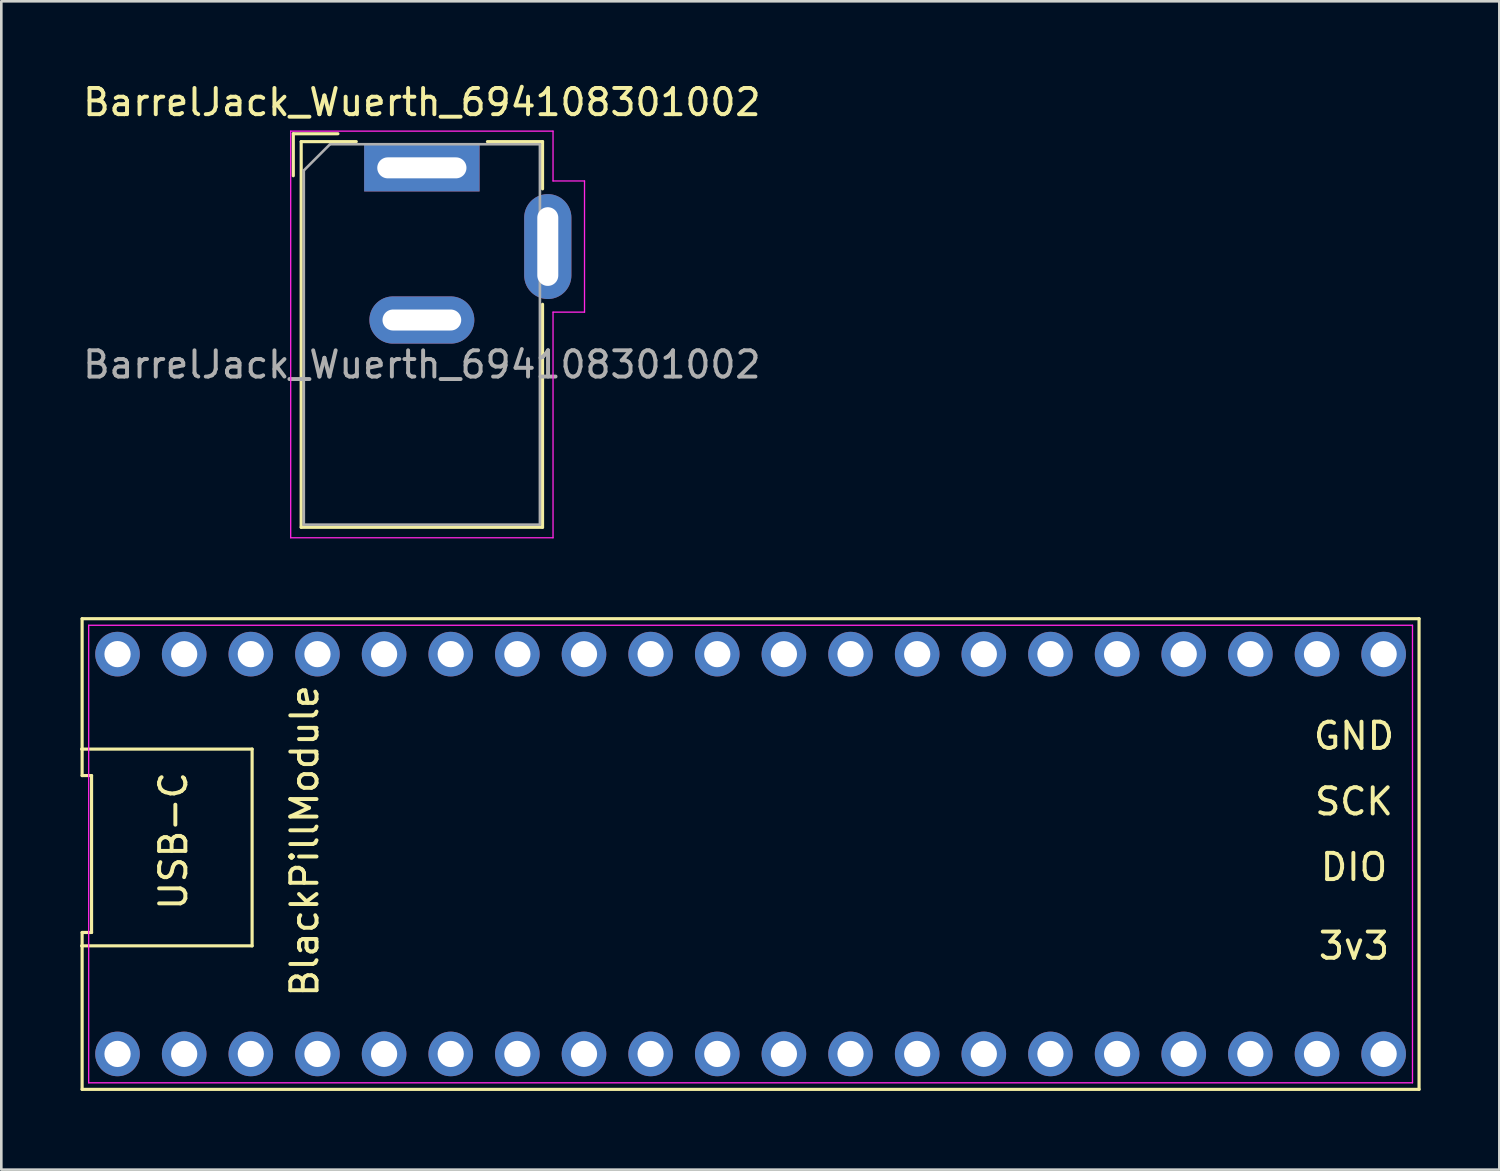
<source format=kicad_pcb>
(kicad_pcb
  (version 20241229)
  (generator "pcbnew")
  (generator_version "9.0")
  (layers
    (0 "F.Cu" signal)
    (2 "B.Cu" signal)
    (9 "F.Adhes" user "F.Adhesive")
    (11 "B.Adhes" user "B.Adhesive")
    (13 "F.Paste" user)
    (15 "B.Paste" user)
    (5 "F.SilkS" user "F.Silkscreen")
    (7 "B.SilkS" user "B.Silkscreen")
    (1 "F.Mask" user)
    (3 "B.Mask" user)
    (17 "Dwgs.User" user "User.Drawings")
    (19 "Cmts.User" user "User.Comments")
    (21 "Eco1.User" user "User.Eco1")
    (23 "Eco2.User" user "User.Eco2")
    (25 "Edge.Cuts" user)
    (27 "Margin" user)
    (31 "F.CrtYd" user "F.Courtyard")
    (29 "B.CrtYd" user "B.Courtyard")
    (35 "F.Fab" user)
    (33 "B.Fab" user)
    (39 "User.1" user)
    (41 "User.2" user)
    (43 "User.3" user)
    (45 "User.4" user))
  (footprint "BarrelJack_Wuerth_694108301002"
    (layer "F.Cu")
    (at 13.03 3.348)
    (property "Reference" "BarrelJack_Wuerth_694108301002" (at 0 -2.5 0) (layer "F.SilkS") (effects (font (size 1 1) (thickness 0.15))))
    (attr through_hole)
    (fp_line (start -4.9 -1.3) (end -4.9 0.3) (stroke (width 0.12) (type solid)) (layer "F.SilkS"))
    (fp_line (start -4.6 -1) (end -2.5 -1) (stroke (width 0.12) (type solid)) (layer "F.SilkS"))
    (fp_line (start -4.6 13.7) (end -4.6 -1) (stroke (width 0.12) (type solid)) (layer "F.SilkS"))
    (fp_line (start -3.2 -1.3) (end -4.9 -1.3) (stroke (width 0.12) (type solid)) (layer "F.SilkS"))
    (fp_line (start 2.5 -1) (end 4.6 -1) (stroke (width 0.12) (type solid)) (layer "F.SilkS"))
    (fp_line (start 4.6 -1) (end 4.6 0.8) (stroke (width 0.12) (type solid)) (layer "F.SilkS"))
    (fp_line (start 4.6 5.2) (end 4.6 13.7) (stroke (width 0.12) (type solid)) (layer "F.SilkS"))
    (fp_line (start 4.6 13.7) (end -4.6 13.7) (stroke (width 0.12) (type solid)) (layer "F.SilkS"))
    (fp_line (start -5 -1.4) (end -5 14.1) (stroke (width 0.05) (type solid)) (layer "F.CrtYd"))
    (fp_line (start -5 14.1) (end 5 14.1) (stroke (width 0.05) (type solid)) (layer "F.CrtYd"))
    (fp_line (start 5 -1.4) (end -5 -1.4) (stroke (width 0.05) (type solid)) (layer "F.CrtYd"))
    (fp_line (start 5 0.5) (end 5 -1.4) (stroke (width 0.05) (type solid)) (layer "F.CrtYd"))
    (fp_line (start 5 14.1) (end 5 5.5) (stroke (width 0.05) (type solid)) (layer "F.CrtYd"))
    (fp_line (start 6.2 0.5) (end 5 0.5) (stroke (width 0.05) (type solid)) (layer "F.CrtYd"))
    (fp_line (start 6.2 0.5) (end 6.2 5.5) (stroke (width 0.05) (type solid)) (layer "F.CrtYd"))
    (fp_line (start 6.2 5.5) (end 5 5.5) (stroke (width 0.05) (type solid)) (layer "F.CrtYd"))
    (fp_line (start -4.5 0.1) (end -3.5 -0.9) (stroke (width 0.1) (type solid)) (layer "F.Fab"))
    (fp_line (start -4.5 13.6) (end -4.5 0.1) (stroke (width 0.1) (type solid)) (layer "F.Fab"))
    (fp_line (start 4.5 -0.9) (end -3.5 -0.9) (stroke (width 0.1) (type solid)) (layer "F.Fab"))
    (fp_line (start 4.5 -0.9) (end 4.5 13.6) (stroke (width 0.1) (type solid)) (layer "F.Fab"))
    (fp_line (start 4.5 13.6) (end -4.5 13.6) (stroke (width 0.1) (type solid)) (layer "F.Fab"))
    (fp_text user "${REFERENCE}" (at 0 7.5 0) (layer "F.Fab") (effects (font (size 1 1) (thickness 0.15))))
    (pad "1" thru_hole rect (at 0 0) (size 4.4 1.8) (drill oval 3.4 0.8) (layers "*.Cu" "*.Mask"))
    (pad "2" thru_hole oval (at 0 5.8) (size 4 1.8) (drill oval 3 0.8) (layers "*.Cu" "*.Mask"))
    (pad "3" thru_hole oval (at 4.8 3 90) (size 4 1.8) (drill oval 3 0.8) (layers "*.Cu" "*.Mask")))
  (footprint "BlackPillModule"
    (layer "F.Cu")
    (at 25.56 29.503)
    (property "Reference" "BlackPillModule" (at -17 -0.5 90) (layer "F.SilkS") (effects (font (size 1 1) (thickness 0.15))))
    (attr through_hole)
    (fp_line (start -25.5 -4) (end -19 -4) (stroke (width 0.12) (type solid)) (layer "F.SilkS"))
    (fp_line (start -25.48 -8.97) (end -25.48 -2.99) (stroke (width 0.12) (type solid)) (layer "F.SilkS"))
    (fp_line (start -25.48 -2.99) (end -25.12 -2.99) (stroke (width 0.12) (type solid)) (layer "F.SilkS"))
    (fp_line (start -25.48 2.99) (end -25.48 8.97) (stroke (width 0.12) (type solid)) (layer "F.SilkS"))
    (fp_line (start -25.48 8.97) (end 25.48 8.97) (stroke (width 0.12) (type solid)) (layer "F.SilkS"))
    (fp_line (start -25.12 -2.99) (end -25.12 2.99) (stroke (width 0.12) (type solid)) (layer "F.SilkS"))
    (fp_line (start -25.12 2.99) (end -25.48 2.99) (stroke (width 0.12) (type solid)) (layer "F.SilkS"))
    (fp_line (start -19 -4) (end -19 3.5) (stroke (width 0.12) (type solid)) (layer "F.SilkS"))
    (fp_line (start -19 3.5) (end -25.5 3.5) (stroke (width 0.12) (type solid)) (layer "F.SilkS"))
    (fp_line (start 25.48 -8.97) (end -25.48 -8.97) (stroke (width 0.12) (type solid)) (layer "F.SilkS"))
    (fp_line (start 25.48 8.97) (end 25.48 -8.97) (stroke (width 0.12) (type solid)) (layer "F.SilkS"))
    (fp_line (start -25.23 -8.72) (end 25.23 -8.72) (stroke (width 0.05) (type solid)) (layer "F.CrtYd"))
    (fp_line (start -25.23 8.72) (end -25.23 -8.72) (stroke (width 0.05) (type solid)) (layer "F.CrtYd"))
    (fp_line (start 25.23 -8.72) (end 25.23 8.72) (stroke (width 0.05) (type solid)) (layer "F.CrtYd"))
    (fp_line (start 25.23 8.72) (end -25.23 8.72) (stroke (width 0.05) (type solid)) (layer "F.CrtYd"))
    (fp_text user "USB-C" (at -22 -0.5 90) (layer "F.SilkS") (effects (font (size 1 1) (thickness 0.15))))
    (fp_text user "GND" (at 23 -4.5 0) (layer "F.SilkS") (effects (font (size 1 1) (thickness 0.15))))
    (fp_text user "SCK" (at 23 -2 0) (layer "F.SilkS") (effects (font (size 1 1) (thickness 0.15))))
    (fp_text user "DIO" (at 23 0.5 0) (layer "F.SilkS") (effects (font (size 1 1) (thickness 0.15))))
    (fp_text user "3v3" (at 23 3.5 0) (layer "F.SilkS") (effects (font (size 1 1) (thickness 0.15))))
    (pad "1" thru_hole circle (at -24.13 7.62) (size 1.7 1.7) (drill 1) (layers "*.Cu" "*.Mask"))
    (pad "2" thru_hole circle (at -21.59 7.62) (size 1.7 1.7) (drill 1) (layers "*.Cu" "*.Mask"))
    (pad "3" thru_hole circle (at -19.05 7.62) (size 1.7 1.7) (drill 1) (layers "*.Cu" "*.Mask"))
    (pad "4" thru_hole circle (at -16.51 7.62) (size 1.7 1.7) (drill 1) (layers "*.Cu" "*.Mask"))
    (pad "5" thru_hole circle (at -13.97 7.62) (size 1.7 1.7) (drill 1) (layers "*.Cu" "*.Mask"))
    (pad "6" thru_hole circle (at -11.43 7.62) (size 1.7 1.7) (drill 1) (layers "*.Cu" "*.Mask"))
    (pad "7" thru_hole circle (at -8.89 7.62) (size 1.7 1.7) (drill 1) (layers "*.Cu" "*.Mask"))
    (pad "8" thru_hole circle (at -6.35 7.62) (size 1.7 1.7) (drill 1) (layers "*.Cu" "*.Mask"))
    (pad "9" thru_hole circle (at -3.81 7.62) (size 1.7 1.7) (drill 1) (layers "*.Cu" "*.Mask"))
    (pad "10" thru_hole circle (at -1.27 7.62) (size 1.7 1.7) (drill 1) (layers "*.Cu" "*.Mask"))
    (pad "11" thru_hole circle (at 1.27 7.62) (size 1.7 1.7) (drill 1) (layers "*.Cu" "*.Mask"))
    (pad "12" thru_hole circle (at 3.81 7.62) (size 1.7 1.7) (drill 1) (layers "*.Cu" "*.Mask"))
    (pad "13" thru_hole circle (at 6.35 7.62) (size 1.7 1.7) (drill 1) (layers "*.Cu" "*.Mask"))
    (pad "14" thru_hole circle (at 8.89 7.62) (size 1.7 1.7) (drill 1) (layers "*.Cu" "*.Mask"))
    (pad "15" thru_hole circle (at 11.43 7.62) (size 1.7 1.7) (drill 1) (layers "*.Cu" "*.Mask"))
    (pad "16" thru_hole circle (at 13.97 7.62) (size 1.7 1.7) (drill 1) (layers "*.Cu" "*.Mask"))
    (pad "17" thru_hole circle (at 16.51 7.62) (size 1.7 1.7) (drill 1) (layers "*.Cu" "*.Mask"))
    (pad "18" thru_hole circle (at 19.05 7.62) (size 1.7 1.7) (drill 1) (layers "*.Cu" "*.Mask"))
    (pad "19" thru_hole circle (at 21.59 7.62) (size 1.7 1.7) (drill 1) (layers "*.Cu" "*.Mask"))
    (pad "20" thru_hole circle (at 24.13 7.62) (size 1.7 1.7) (drill 1) (layers "*.Cu" "*.Mask"))
    (pad "21" thru_hole circle (at 24.13 -7.62) (size 1.7 1.7) (drill 1) (layers "*.Cu" "*.Mask"))
    (pad "22" thru_hole circle (at 21.59 -7.62) (size 1.7 1.7) (drill 1) (layers "*.Cu" "*.Mask"))
    (pad "23" thru_hole circle (at 19.05 -7.62) (size 1.7 1.7) (drill 1) (layers "*.Cu" "*.Mask"))
    (pad "24" thru_hole circle (at 16.51 -7.62) (size 1.7 1.7) (drill 1) (layers "*.Cu" "*.Mask"))
    (pad "25" thru_hole circle (at 13.97 -7.62) (size 1.7 1.7) (drill 1) (layers "*.Cu" "*.Mask"))
    (pad "26" thru_hole circle (at 11.43 -7.62) (size 1.7 1.7) (drill 1) (layers "*.Cu" "*.Mask"))
    (pad "27" thru_hole circle (at 8.89 -7.62) (size 1.7 1.7) (drill 1) (layers "*.Cu" "*.Mask"))
    (pad "28" thru_hole circle (at 6.35 -7.62) (size 1.7 1.7) (drill 1) (layers "*.Cu" "*.Mask"))
    (pad "29" thru_hole circle (at 3.81 -7.62) (size 1.7 1.7) (drill 1) (layers "*.Cu" "*.Mask"))
    (pad "30" thru_hole circle (at 1.27 -7.62) (size 1.7 1.7) (drill 1) (layers "*.Cu" "*.Mask"))
    (pad "31" thru_hole circle (at -1.27 -7.62) (size 1.7 1.7) (drill 1) (layers "*.Cu" "*.Mask"))
    (pad "32" thru_hole circle (at -3.81 -7.62) (size 1.7 1.7) (drill 1) (layers "*.Cu" "*.Mask"))
    (pad "33" thru_hole circle (at -6.35 -7.62) (size 1.7 1.7) (drill 1) (layers "*.Cu" "*.Mask"))
    (pad "34" thru_hole circle (at -8.89 -7.62) (size 1.7 1.7) (drill 1) (layers "*.Cu" "*.Mask"))
    (pad "35" thru_hole circle (at -11.43 -7.62) (size 1.7 1.7) (drill 1) (layers "*.Cu" "*.Mask"))
    (pad "36" thru_hole circle (at -13.97 -7.62) (size 1.7 1.7) (drill 1) (layers "*.Cu" "*.Mask"))
    (pad "37" thru_hole circle (at -16.51 -7.62) (size 1.7 1.7) (drill 1) (layers "*.Cu" "*.Mask"))
    (pad "38" thru_hole circle (at -19.05 -7.62) (size 1.7 1.7) (drill 1) (layers "*.Cu" "*.Mask"))
    (pad "39" thru_hole circle (at -21.59 -7.62) (size 1.7 1.7) (drill 1) (layers "*.Cu" "*.Mask"))
    (pad "40" thru_hole circle (at -24.13 -7.62) (size 1.7 1.7) (drill 1) (layers "*.Cu" "*.Mask")))
  (gr_rect
    (start -3 -3)
    (end 54.1 41.533)
    (stroke (width 0.1) (type default))
    (fill no)
    (layer "Edge.Cuts")))
</source>
